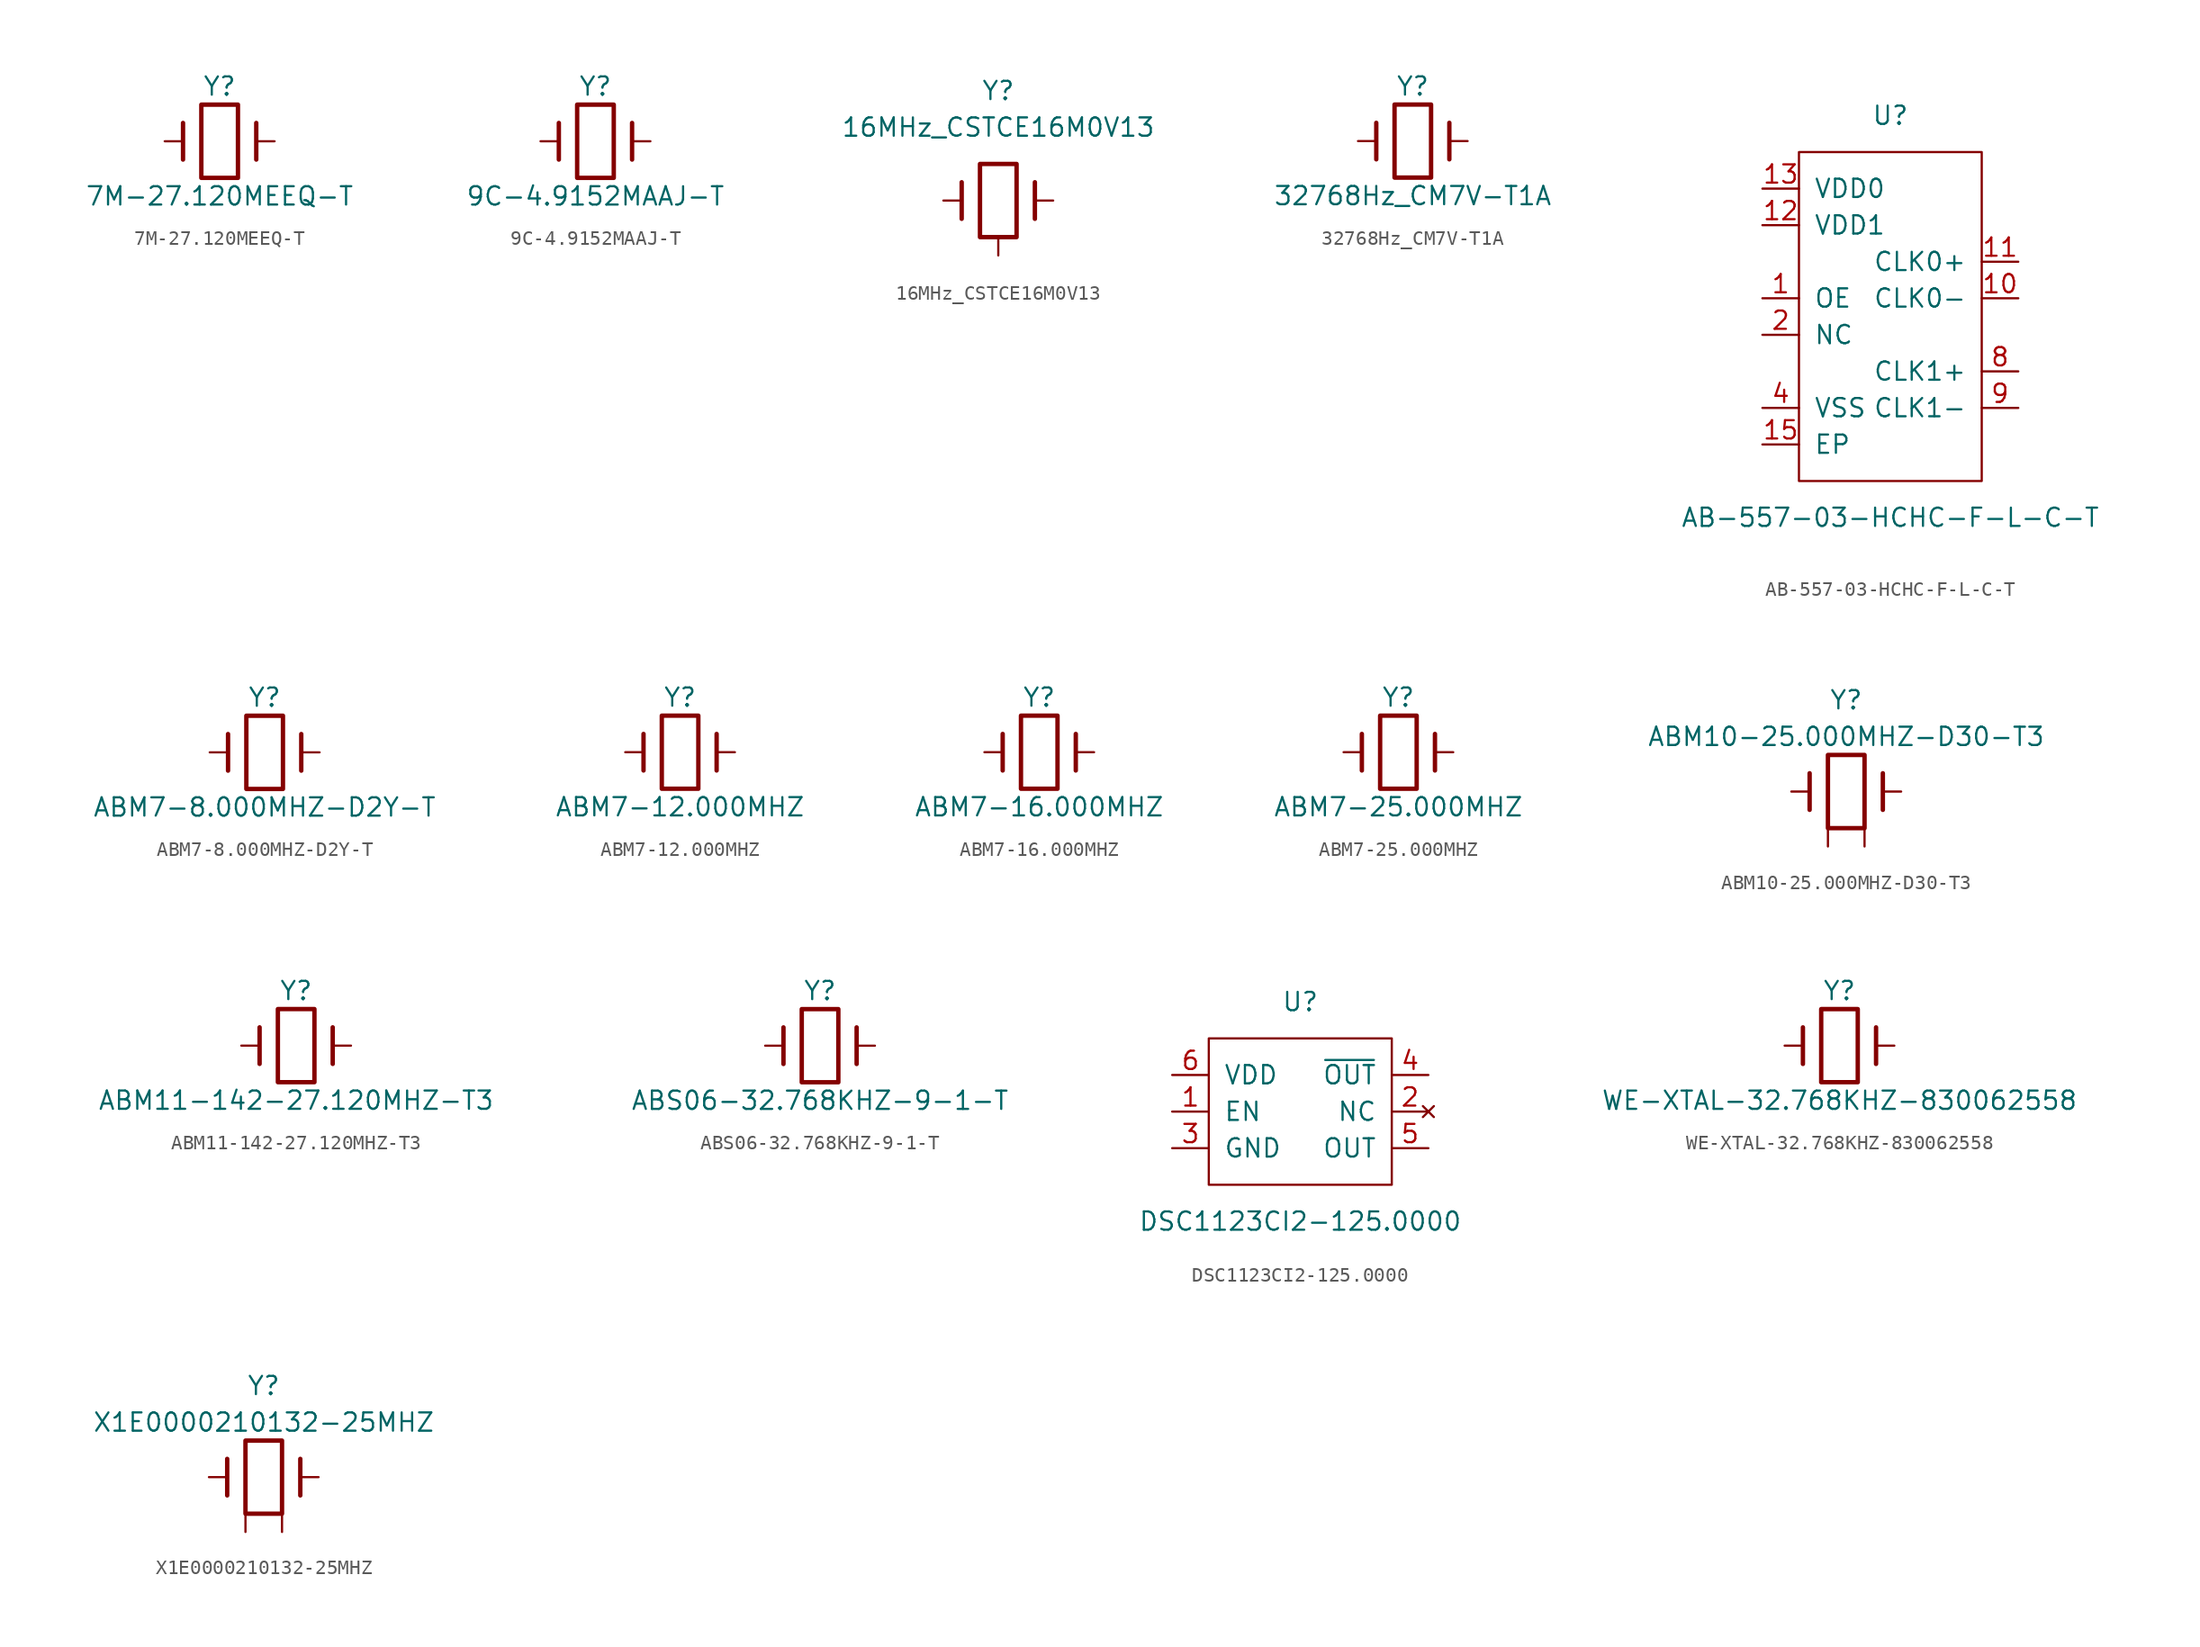
<source format=kicad_sym>
(kicad_symbol_lib
  (version 20201005)
  (generator kicad_symbol_editor)
  (symbol "7M-27.120MEEQ-T"
    (pin_numbers hide)
    (pin_names
      (offset 1.016) hide)
    (property "Reference" "Y"
      (at 0 3.81 0)
      (effects (font (size 1.27 1.27))))
    (property "Value" "7M-27.120MEEQ-T"
      (at 0 -3.81 0)
      (effects (font (size 1.27 1.27))))
    (symbol "7M-27.120MEEQ-T_0_1"
      (rectangle (start -1.27 2.54) (end 1.27 -2.54) (stroke (width 0.305)) (fill (type none)))
      (polyline (pts (xy -2.54 -1.27) (xy -2.54 1.27)) (stroke (width 0.305)) (fill (type none)))
      (polyline (pts (xy 2.54 -1.27) (xy 2.54 1.27)) (stroke (width 0.305)) (fill (type none))))
    (symbol "7M-27.120MEEQ-T_1_1"
      (pin passive line (at -3.81 0 0) (length 1.27) (name "1" (effects (font (size 1.016 1.016)))) (number "1" (effects (font (size 1.016 1.016)))))
      (pin passive line (at 3.81 0 180) (length 1.27) (name "2" (effects (font (size 1.016 1.016)))) (number "2" (effects (font (size 1.016 1.016)))))))
  (symbol "9C-4.9152MAAJ-T"
    (pin_numbers hide)
    (pin_names
      (offset 1.016) hide)
    (property "Reference" "Y"
      (at 0 3.81 0)
      (effects (font (size 1.27 1.27))))
    (property "Value" "9C-4.9152MAAJ-T"
      (at 0 -3.81 0)
      (effects (font (size 1.27 1.27))))
    (symbol "9C-4.9152MAAJ-T_0_1"
      (rectangle (start -1.27 2.54) (end 1.27 -2.54) (stroke (width 0.305)) (fill (type none)))
      (polyline (pts (xy -2.54 -1.27) (xy -2.54 1.27)) (stroke (width 0.305)) (fill (type none)))
      (polyline (pts (xy 2.54 -1.27) (xy 2.54 1.27)) (stroke (width 0.305)) (fill (type none))))
    (symbol "9C-4.9152MAAJ-T_1_1"
      (pin passive line (at -3.81 0 0) (length 1.27) (name "1" (effects (font (size 1.016 1.016)))) (number "1" (effects (font (size 1.016 1.016)))))
      (pin passive line (at 3.81 0 180) (length 1.27) (name "2" (effects (font (size 1.016 1.016)))) (number "2" (effects (font (size 1.016 1.016)))))))
  (symbol "16MHz_CSTCE16M0V13"
    (pin_numbers hide)
    (pin_names
      (offset 1.016) hide)
    (property "Reference" "Y"
      (at 0 7.62 0)
      (effects (font (size 1.27 1.27))))
    (property "Value" "16MHz_CSTCE16M0V13"
      (at 0 5.08 0)
      (effects (font (size 1.27 1.27))))
    (symbol "16MHz_CSTCE16M0V13_0_1"
      (rectangle (start -1.27 2.54) (end 1.27 -2.54) (stroke (width 0.305)) (fill (type none)))
      (polyline (pts (xy -2.54 -1.27) (xy -2.54 1.27)) (stroke (width 0.305)) (fill (type none)))
      (polyline (pts (xy 2.54 -1.27) (xy 2.54 1.27)) (stroke (width 0.305)) (fill (type none))))
    (symbol "16MHz_CSTCE16M0V13_1_1"
      (pin passive line (at -3.81 0 0) (length 1.27) (name "1" (effects (font (size 1.016 1.016)))) (number "1" (effects (font (size 1.016 1.016)))))
      (pin bidirectional line (at 0 -3.81 90) (length 1.27) (name "2" (effects (font (size 1.27 1.27)))) (number "2" (effects (font (size 1.27 1.27)))))
      (pin passive line (at 3.81 0 180) (length 1.27) (name "3" (effects (font (size 1.016 1.016)))) (number "3" (effects (font (size 1.016 1.016)))))))
  (symbol "32768Hz_CM7V-T1A"
    (pin_numbers hide)
    (pin_names
      (offset 1.016) hide)
    (property "Reference" "Y"
      (at 0 3.81 0)
      (effects (font (size 1.27 1.27))))
    (property "Value" "32768Hz_CM7V-T1A"
      (at 0 -3.81 0)
      (effects (font (size 1.27 1.27))))
    (symbol "32768Hz_CM7V-T1A_0_1"
      (rectangle (start -1.27 2.54) (end 1.27 -2.54) (stroke (width 0.305)) (fill (type none)))
      (polyline (pts (xy -2.54 -1.27) (xy -2.54 1.27)) (stroke (width 0.305)) (fill (type none)))
      (polyline (pts (xy 2.54 -1.27) (xy 2.54 1.27)) (stroke (width 0.305)) (fill (type none))))
    (symbol "32768Hz_CM7V-T1A_1_1"
      (pin passive line (at -3.81 0 0) (length 1.27) (name "1" (effects (font (size 1.016 1.016)))) (number "1" (effects (font (size 1.016 1.016)))))
      (pin passive line (at 3.81 0 180) (length 1.27) (name "2" (effects (font (size 1.016 1.016)))) (number "2" (effects (font (size 1.016 1.016)))))))
  (symbol "AB-557-03-HCHC-F-L-C-T"
    (pin_names
      (offset 1.016))
    (property "Reference" "U"
      (at 0 15.24 0)
      (effects (font (size 1.27 1.27))))
    (property "Value" "AB-557-03-HCHC-F-L-C-T"
      (at 0 -12.7 0)
      (effects (font (size 1.27 1.27))))
    (symbol "AB-557-03-HCHC-F-L-C-T_0_1"
      (rectangle (start -6.35 12.7) (end 6.35 -10.16) (stroke (width 0)) (fill (type none))))
    (symbol "AB-557-03-HCHC-F-L-C-T_1_1"
      (pin input line (at -8.89 2.54 0) (length 2.54) (name "OE" (effects (font (size 1.27 1.27)))) (number "1" (effects (font (size 1.27 1.27)))))
      (pin output line (at 8.89 2.54 180) (length 2.54) (name "CLK0-" (effects (font (size 1.27 1.27)))) (number "10" (effects (font (size 1.27 1.27)))))
      (pin output line (at 8.89 5.08 180) (length 2.54) (name "CLK0+" (effects (font (size 1.27 1.27)))) (number "11" (effects (font (size 1.27 1.27)))))
      (pin power_in line (at -8.89 7.62 0) (length 2.54) (name "VDD1" (effects (font (size 1.27 1.27)))) (number "12" (effects (font (size 1.27 1.27)))))
      (pin power_in line (at -8.89 10.16 0) (length 2.54) (name "VDD0" (effects (font (size 1.27 1.27)))) (number "13" (effects (font (size 1.27 1.27)))))
      (pin passive line (at -8.89 0 0) (length 2.54) hide (name "NC" (effects (font (size 1.27 1.27)))) (number "14" (effects (font (size 1.27 1.27)))))
      (pin passive line (at -8.89 -7.62 0) (length 2.54) (name "EP" (effects (font (size 1.27 1.27)))) (number "15" (effects (font (size 1.27 1.27)))))
      (pin passive line (at -8.89 0 0) (length 2.54) (name "NC" (effects (font (size 1.27 1.27)))) (number "2" (effects (font (size 1.27 1.27)))))
      (pin passive line (at -8.89 0 0) (length 2.54) hide (name "NC" (effects (font (size 1.27 1.27)))) (number "3" (effects (font (size 1.27 1.27)))))
      (pin power_in line (at -8.89 -5.08 0) (length 2.54) (name "VSS" (effects (font (size 1.27 1.27)))) (number "4" (effects (font (size 1.27 1.27)))))
      (pin passive line (at -8.89 0 0) (length 2.54) hide (name "NC" (effects (font (size 1.27 1.27)))) (number "5" (effects (font (size 1.27 1.27)))))
      (pin passive line (at -8.89 0 0) (length 2.54) hide (name "NC" (effects (font (size 1.27 1.27)))) (number "6" (effects (font (size 1.27 1.27)))))
      (pin passive line (at -8.89 0 0) (length 2.54) hide (name "NC" (effects (font (size 1.27 1.27)))) (number "7" (effects (font (size 1.27 1.27)))))
      (pin output line (at 8.89 -2.54 180) (length 2.54) (name "CLK1+" (effects (font (size 1.27 1.27)))) (number "8" (effects (font (size 1.27 1.27)))))
      (pin output line (at 8.89 -5.08 180) (length 2.54) (name "CLK1-" (effects (font (size 1.27 1.27)))) (number "9" (effects (font (size 1.27 1.27)))))))
  (symbol "ABM7-8.000MHZ-D2Y-T"
    (pin_numbers hide)
    (pin_names
      (offset 1.016) hide)
    (property "Reference" "Y"
      (at 0 3.81 0)
      (effects (font (size 1.27 1.27))))
    (property "Value" "ABM7-8.000MHZ-D2Y-T"
      (at 0 -3.81 0)
      (effects (font (size 1.27 1.27))))
    (symbol "ABM7-8.000MHZ-D2Y-T_0_1"
      (rectangle (start -1.27 2.54) (end 1.27 -2.54) (stroke (width 0.305)) (fill (type none)))
      (polyline (pts (xy -2.54 -1.27) (xy -2.54 1.27)) (stroke (width 0.305)) (fill (type none)))
      (polyline (pts (xy 2.54 -1.27) (xy 2.54 1.27)) (stroke (width 0.305)) (fill (type none))))
    (symbol "ABM7-8.000MHZ-D2Y-T_1_1"
      (pin passive line (at -3.81 0 0) (length 1.27) (name "1" (effects (font (size 1.016 1.016)))) (number "1" (effects (font (size 1.016 1.016)))))
      (pin passive line (at 3.81 0 180) (length 1.27) (name "2" (effects (font (size 1.016 1.016)))) (number "2" (effects (font (size 1.016 1.016)))))))
  (symbol "ABM7-12.000MHZ"
    (pin_numbers hide)
    (pin_names
      (offset 1.016) hide)
    (property "Reference" "Y"
      (at 0 3.81 0)
      (effects (font (size 1.27 1.27))))
    (property "Value" "ABM7-12.000MHZ"
      (at 0 -3.81 0)
      (effects (font (size 1.27 1.27))))
    (symbol "ABM7-12.000MHZ_0_1"
      (rectangle (start -1.27 2.54) (end 1.27 -2.54) (stroke (width 0.305)) (fill (type none)))
      (polyline (pts (xy -2.54 -1.27) (xy -2.54 1.27)) (stroke (width 0.305)) (fill (type none)))
      (polyline (pts (xy 2.54 -1.27) (xy 2.54 1.27)) (stroke (width 0.305)) (fill (type none))))
    (symbol "ABM7-12.000MHZ_1_1"
      (pin passive line (at -3.81 0 0) (length 1.27) (name "1" (effects (font (size 1.016 1.016)))) (number "1" (effects (font (size 1.016 1.016)))))
      (pin passive line (at 3.81 0 180) (length 1.27) (name "2" (effects (font (size 1.016 1.016)))) (number "2" (effects (font (size 1.016 1.016)))))))
  (symbol "ABM7-16.000MHZ"
    (pin_numbers hide)
    (pin_names
      (offset 1.016) hide)
    (property "Reference" "Y"
      (at 0 3.81 0)
      (effects (font (size 1.27 1.27))))
    (property "Value" "ABM7-16.000MHZ"
      (at 0 -3.81 0)
      (effects (font (size 1.27 1.27))))
    (symbol "ABM7-16.000MHZ_0_1"
      (rectangle (start -1.27 2.54) (end 1.27 -2.54) (stroke (width 0.305)) (fill (type none)))
      (polyline (pts (xy -2.54 -1.27) (xy -2.54 1.27)) (stroke (width 0.305)) (fill (type none)))
      (polyline (pts (xy 2.54 -1.27) (xy 2.54 1.27)) (stroke (width 0.305)) (fill (type none))))
    (symbol "ABM7-16.000MHZ_1_1"
      (pin passive line (at -3.81 0 0) (length 1.27) (name "1" (effects (font (size 1.016 1.016)))) (number "1" (effects (font (size 1.016 1.016)))))
      (pin passive line (at 3.81 0 180) (length 1.27) (name "2" (effects (font (size 1.016 1.016)))) (number "2" (effects (font (size 1.016 1.016)))))))
  (symbol "ABM7-25.000MHZ"
    (pin_numbers hide)
    (pin_names
      (offset 1.016) hide)
    (property "Reference" "Y"
      (at 0 3.81 0)
      (effects (font (size 1.27 1.27))))
    (property "Value" "ABM7-25.000MHZ"
      (at 0 -3.81 0)
      (effects (font (size 1.27 1.27))))
    (symbol "ABM7-25.000MHZ_0_1"
      (rectangle (start -1.27 2.54) (end 1.27 -2.54) (stroke (width 0.305)) (fill (type none)))
      (polyline (pts (xy -2.54 -1.27) (xy -2.54 1.27)) (stroke (width 0.305)) (fill (type none)))
      (polyline (pts (xy 2.54 -1.27) (xy 2.54 1.27)) (stroke (width 0.305)) (fill (type none))))
    (symbol "ABM7-25.000MHZ_1_1"
      (pin passive line (at -3.81 0 0) (length 1.27) (name "1" (effects (font (size 1.016 1.016)))) (number "1" (effects (font (size 1.016 1.016)))))
      (pin passive line (at 3.81 0 180) (length 1.27) (name "2" (effects (font (size 1.016 1.016)))) (number "2" (effects (font (size 1.016 1.016)))))))
  (symbol "ABM10-25.000MHZ-D30-T3"
    (pin_numbers hide)
    (pin_names
      (offset 1.016) hide)
    (property "Reference" "Y"
      (at 0 6.35 0)
      (effects (font (size 1.27 1.27))))
    (property "Value" "ABM10-25.000MHZ-D30-T3"
      (at 0 3.81 0)
      (effects (font (size 1.27 1.27))))
    (symbol "ABM10-25.000MHZ-D30-T3_0_1"
      (rectangle (start -1.27 2.54) (end 1.27 -2.54) (stroke (width 0.305)) (fill (type none)))
      (polyline (pts (xy -2.54 -1.27) (xy -2.54 1.27)) (stroke (width 0.305)) (fill (type none)))
      (polyline (pts (xy 2.54 -1.27) (xy 2.54 1.27)) (stroke (width 0.305)) (fill (type none))))
    (symbol "ABM10-25.000MHZ-D30-T3_1_1"
      (pin passive line (at -3.81 0 0) (length 1.27) (name "~" (effects (font (size 1.016 1.016)))) (number "1" (effects (font (size 1.016 1.016)))))
      (pin input line (at -1.27 -3.81 90) (length 1.27) (name "~" (effects (font (size 1.27 1.27)))) (number "2" (effects (font (size 1.27 1.27)))))
      (pin passive line (at 3.81 0 180) (length 1.27) (name "~" (effects (font (size 1.016 1.016)))) (number "3" (effects (font (size 1.016 1.016)))))
      (pin input line (at 1.27 -3.81 90) (length 1.27) (name "~" (effects (font (size 1.27 1.27)))) (number "4" (effects (font (size 1.27 1.27)))))))
  (symbol "ABM11-142-27.120MHZ-T3"
    (pin_numbers hide)
    (pin_names
      (offset 1.016) hide)
    (property "Reference" "Y"
      (at 0 3.81 0)
      (effects (font (size 1.27 1.27))))
    (property "Value" "ABM11-142-27.120MHZ-T3"
      (at 0 -3.81 0)
      (effects (font (size 1.27 1.27))))
    (symbol "ABM11-142-27.120MHZ-T3_0_1"
      (rectangle (start -1.27 2.54) (end 1.27 -2.54) (stroke (width 0.305)) (fill (type none)))
      (polyline (pts (xy -2.54 -1.27) (xy -2.54 1.27)) (stroke (width 0.305)) (fill (type none)))
      (polyline (pts (xy 2.54 -1.27) (xy 2.54 1.27)) (stroke (width 0.305)) (fill (type none))))
    (symbol "ABM11-142-27.120MHZ-T3_1_1"
      (pin passive line (at -3.81 0 0) (length 1.27) (name "1" (effects (font (size 1.016 1.016)))) (number "1" (effects (font (size 1.016 1.016)))))
      (pin passive line (at 3.81 0 180) (length 1.27) (name "2" (effects (font (size 1.016 1.016)))) (number "2" (effects (font (size 1.016 1.016)))))))
  (symbol "ABS06-32.768KHZ-9-1-T"
    (pin_numbers hide)
    (pin_names
      (offset 1.016) hide)
    (property "Reference" "Y"
      (at 0 3.81 0)
      (effects (font (size 1.27 1.27))))
    (property "Value" "ABS06-32.768KHZ-9-1-T"
      (at 0 -3.81 0)
      (effects (font (size 1.27 1.27))))
    (symbol "ABS06-32.768KHZ-9-1-T_0_1"
      (rectangle (start -1.27 2.54) (end 1.27 -2.54) (stroke (width 0.305)) (fill (type none)))
      (polyline (pts (xy -2.54 -1.27) (xy -2.54 1.27)) (stroke (width 0.305)) (fill (type none)))
      (polyline (pts (xy 2.54 -1.27) (xy 2.54 1.27)) (stroke (width 0.305)) (fill (type none))))
    (symbol "ABS06-32.768KHZ-9-1-T_1_1"
      (pin passive line (at -3.81 0 0) (length 1.27) (name "1" (effects (font (size 1.016 1.016)))) (number "1" (effects (font (size 1.016 1.016)))))
      (pin passive line (at 3.81 0 180) (length 1.27) (name "2" (effects (font (size 1.016 1.016)))) (number "2" (effects (font (size 1.016 1.016)))))))
  (symbol "DSC1123CI2-125.0000"
    (pin_names
      (offset 1.016))
    (property "Reference" "U"
      (at 0 7.62 0)
      (effects (font (size 1.27 1.27))))
    (property "Value" "DSC1123CI2-125.0000"
      (at 0 -7.62 0)
      (effects (font (size 1.27 1.27))))
    (symbol "DSC1123CI2-125.0000_0_1"
      (rectangle (start -6.35 5.08) (end 6.35 -5.08) (stroke (width 0)) (fill (type none))))
    (symbol "DSC1123CI2-125.0000_1_1"
      (pin input line (at -8.89 0 0) (length 2.54) (name "EN" (effects (font (size 1.27 1.27)))) (number "1" (effects (font (size 1.27 1.27)))))
      (pin unconnected line (at 8.89 0 180) (length 2.54) (name "NC" (effects (font (size 1.27 1.27)))) (number "2" (effects (font (size 1.27 1.27)))))
      (pin power_in line (at -8.89 -2.54 0) (length 2.54) (name "GND" (effects (font (size 1.27 1.27)))) (number "3" (effects (font (size 1.27 1.27)))))
      (pin output line (at 8.89 2.54 180) (length 2.54) (name "~OUT" (effects (font (size 1.27 1.27)))) (number "4" (effects (font (size 1.27 1.27)))))
      (pin output line (at 8.89 -2.54 180) (length 2.54) (name "OUT" (effects (font (size 1.27 1.27)))) (number "5" (effects (font (size 1.27 1.27)))))
      (pin power_in line (at -8.89 2.54 0) (length 2.54) (name "VDD" (effects (font (size 1.27 1.27)))) (number "6" (effects (font (size 1.27 1.27)))))))
  (symbol "WE-XTAL-32.768KHZ-830062558"
    (pin_numbers hide)
    (pin_names
      (offset 1.016) hide)
    (property "Reference" "Y"
      (at 0 3.81 0)
      (effects (font (size 1.27 1.27))))
    (property "Value" "WE-XTAL-32.768KHZ-830062558"
      (at 0 -3.81 0)
      (effects (font (size 1.27 1.27))))
    (symbol "WE-XTAL-32.768KHZ-830062558_0_1"
      (rectangle (start -1.27 2.54) (end 1.27 -2.54) (stroke (width 0.305)) (fill (type none)))
      (polyline (pts (xy -2.54 -1.27) (xy -2.54 1.27)) (stroke (width 0.305)) (fill (type none)))
      (polyline (pts (xy 2.54 -1.27) (xy 2.54 1.27)) (stroke (width 0.305)) (fill (type none))))
    (symbol "WE-XTAL-32.768KHZ-830062558_1_1"
      (pin passive line (at -3.81 0 0) (length 1.27) (name "1" (effects (font (size 1.016 1.016)))) (number "1" (effects (font (size 1.016 1.016)))))
      (pin passive line (at 3.81 0 180) (length 1.27) (name "2" (effects (font (size 1.016 1.016)))) (number "2" (effects (font (size 1.016 1.016)))))))
  (symbol "X1E0000210132-25MHZ"
    (pin_numbers hide)
    (pin_names
      (offset 1.016) hide)
    (property "Reference" "Y"
      (at 0 6.35 0)
      (effects (font (size 1.27 1.27))))
    (property "Value" "X1E0000210132-25MHZ"
      (at 0 3.81 0)
      (effects (font (size 1.27 1.27))))
    (symbol "X1E0000210132-25MHZ_0_1"
      (rectangle (start -1.27 2.54) (end 1.27 -2.54) (stroke (width 0.305)) (fill (type none)))
      (polyline (pts (xy -2.54 -1.27) (xy -2.54 1.27)) (stroke (width 0.305)) (fill (type none)))
      (polyline (pts (xy 2.54 -1.27) (xy 2.54 1.27)) (stroke (width 0.305)) (fill (type none))))
    (symbol "X1E0000210132-25MHZ_1_1"
      (pin passive line (at -3.81 0 0) (length 1.27) (name "~" (effects (font (size 1.016 1.016)))) (number "1" (effects (font (size 1.016 1.016)))))
      (pin input line (at -1.27 -3.81 90) (length 1.27) (name "~" (effects (font (size 1.27 1.27)))) (number "2" (effects (font (size 1.27 1.27)))))
      (pin passive line (at 3.81 0 180) (length 1.27) (name "~" (effects (font (size 1.016 1.016)))) (number "3" (effects (font (size 1.016 1.016)))))
      (pin input line (at 1.27 -3.81 90) (length 1.27) (name "~" (effects (font (size 1.27 1.27)))) (number "4" (effects (font (size 1.27 1.27))))))))
</source>
